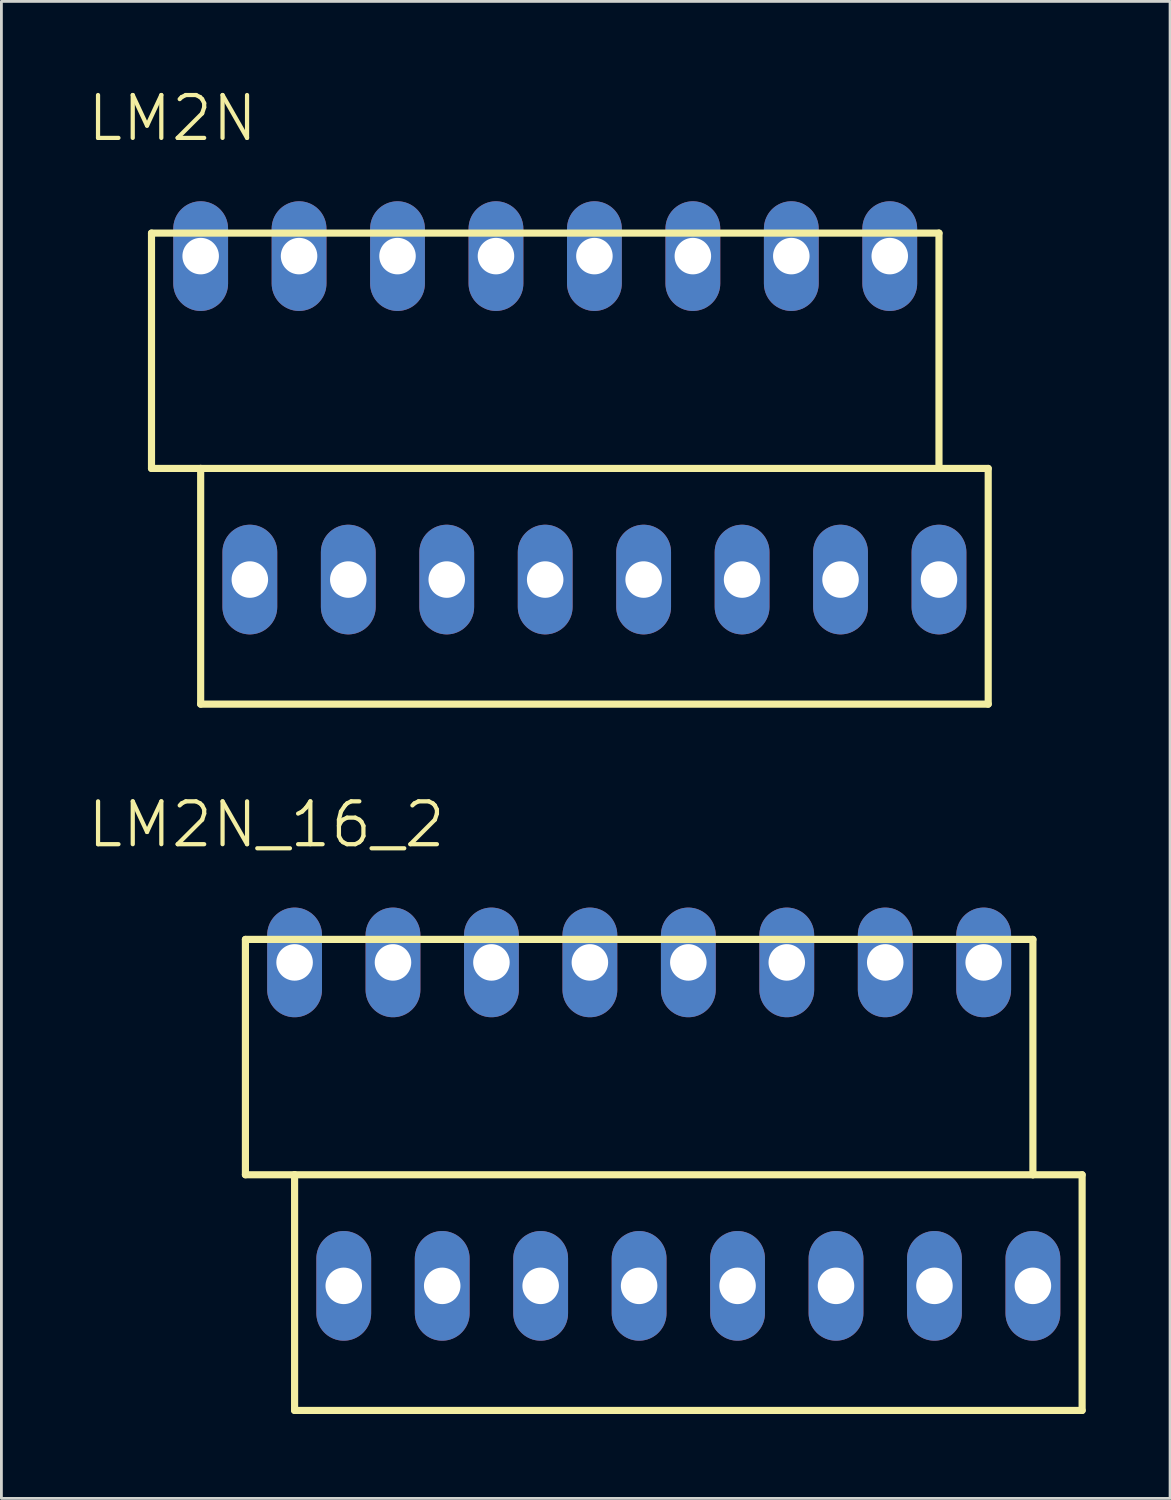
<source format=kicad_pcb>
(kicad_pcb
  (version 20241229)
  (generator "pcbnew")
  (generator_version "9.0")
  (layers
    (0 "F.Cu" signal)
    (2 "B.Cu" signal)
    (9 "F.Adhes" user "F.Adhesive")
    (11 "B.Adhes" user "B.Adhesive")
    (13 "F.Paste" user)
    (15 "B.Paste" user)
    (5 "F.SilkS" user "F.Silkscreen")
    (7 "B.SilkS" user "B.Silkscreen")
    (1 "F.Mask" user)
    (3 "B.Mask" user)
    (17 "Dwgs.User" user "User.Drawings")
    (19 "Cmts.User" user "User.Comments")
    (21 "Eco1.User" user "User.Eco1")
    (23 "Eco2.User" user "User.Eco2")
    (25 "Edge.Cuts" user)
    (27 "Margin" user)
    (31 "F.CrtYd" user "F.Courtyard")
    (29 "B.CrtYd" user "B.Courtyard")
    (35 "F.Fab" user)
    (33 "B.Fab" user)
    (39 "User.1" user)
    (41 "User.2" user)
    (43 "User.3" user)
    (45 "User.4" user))
  (footprint "LM2N_16_2"
    (layer "F.Cu")
    (at 7.423 31.165)
    (property "Reference" "LM2N_16_2" (at -1 -4.9 0) (layer "F.SilkS") (effects (font (size 1.524 1.524) (thickness 0.15))))
    (attr exclude_from_pos_files exclude_from_bom)
    (fp_line (start -1.748 -0.818) (end 26.248 -0.818) (stroke (width 0.254) (type solid)) (layer "F.SilkS"))
    (fp_line (start -1.748 7.549) (end -1.748 -0.818) (stroke (width 0.254) (type solid)) (layer "F.SilkS"))
    (fp_line (start 0 7.549) (end -1.748 7.549) (stroke (width 0.254) (type solid)) (layer "F.SilkS"))
    (fp_line (start 0 15.928) (end 0 7.549) (stroke (width 0.254) (type solid)) (layer "F.SilkS"))
    (fp_line (start 26.248 -0.818) (end 26.248 7.549) (stroke (width 0.254) (type solid)) (layer "F.SilkS"))
    (fp_line (start 26.248 7.549) (end 0 7.549) (stroke (width 0.254) (type solid)) (layer "F.SilkS"))
    (fp_line (start 26.248 7.549) (end 27.998 7.549) (stroke (width 0.254) (type solid)) (layer "F.SilkS"))
    (fp_line (start 27.998 7.549) (end 27.998 15.928) (stroke (width 0.254) (type solid)) (layer "F.SilkS"))
    (fp_line (start 27.998 15.928) (end 0 15.928) (stroke (width 0.254) (type solid)) (layer "F.SilkS"))
    (pad "1" thru_hole oval (at 0 0 180) (size 1.948 3.899) (drill 1.298) (layers "*.Cu" "*.Paste" "*.Mask"))
    (pad "2" thru_hole oval (at 1.748 11.499 180) (size 1.948 3.899) (drill 1.298) (layers "*.Cu" "*.Paste" "*.Mask"))
    (pad "3" thru_hole oval (at 3.498 0 180) (size 1.948 3.899) (drill 1.298) (layers "*.Cu" "*.Paste" "*.Mask"))
    (pad "4" thru_hole oval (at 5.248 11.499 180) (size 1.948 3.899) (drill 1.298) (layers "*.Cu" "*.Paste" "*.Mask"))
    (pad "5" thru_hole oval (at 6.998 0 180) (size 1.948 3.899) (drill 1.298) (layers "*.Cu" "*.Paste" "*.Mask"))
    (pad "6" thru_hole oval (at 8.748 11.499 180) (size 1.948 3.899) (drill 1.298) (layers "*.Cu" "*.Paste" "*.Mask"))
    (pad "7" thru_hole oval (at 10.498 0 180) (size 1.948 3.899) (drill 1.298) (layers "*.Cu" "*.Paste" "*.Mask"))
    (pad "8" thru_hole oval (at 12.248 11.499 180) (size 1.948 3.899) (drill 1.298) (layers "*.Cu" "*.Paste" "*.Mask"))
    (pad "9" thru_hole oval (at 13.998 0 180) (size 1.948 3.899) (drill 1.298) (layers "*.Cu" "*.Paste" "*.Mask"))
    (pad "10" thru_hole oval (at 15.748 11.499 180) (size 1.948 3.899) (drill 1.298) (layers "*.Cu" "*.Paste" "*.Mask"))
    (pad "11" thru_hole oval (at 17.498 0 180) (size 1.948 3.899) (drill 1.298) (layers "*.Cu" "*.Paste" "*.Mask"))
    (pad "12" thru_hole oval (at 19.248 11.499 180) (size 1.948 3.899) (drill 1.298) (layers "*.Cu" "*.Paste" "*.Mask"))
    (pad "13" thru_hole oval (at 20.998 0 180) (size 1.948 3.899) (drill 1.298) (layers "*.Cu" "*.Paste" "*.Mask"))
    (pad "14" thru_hole oval (at 22.748 11.499 180) (size 1.948 3.899) (drill 1.298) (layers "*.Cu" "*.Paste" "*.Mask"))
    (pad "15" thru_hole oval (at 24.498 0 180) (size 1.948 3.899) (drill 1.298) (layers "*.Cu" "*.Paste" "*.Mask"))
    (pad "16" thru_hole oval (at 26.248 11.499 180) (size 1.948 3.899) (drill 1.298) (layers "*.Cu" "*.Paste" "*.Mask")))
  (footprint "LM2N"
    (layer "F.Cu")
    (at 4.084 6.055)
    (property "Reference" "LM2N" (at -1 -4.9 0) (layer "F.SilkS") (effects (font (size 1.524 1.524) (thickness 0.15))))
    (attr exclude_from_pos_files exclude_from_bom)
    (fp_line (start -1.748 -0.818) (end 26.248 -0.818) (stroke (width 0.254) (type solid)) (layer "F.SilkS"))
    (fp_line (start -1.748 7.549) (end -1.748 -0.818) (stroke (width 0.254) (type solid)) (layer "F.SilkS"))
    (fp_line (start 0 7.549) (end -1.748 7.549) (stroke (width 0.254) (type solid)) (layer "F.SilkS"))
    (fp_line (start 0 15.928) (end 0 7.549) (stroke (width 0.254) (type solid)) (layer "F.SilkS"))
    (fp_line (start 26.248 -0.818) (end 26.248 7.549) (stroke (width 0.254) (type solid)) (layer "F.SilkS"))
    (fp_line (start 26.248 7.549) (end 0 7.549) (stroke (width 0.254) (type solid)) (layer "F.SilkS"))
    (fp_line (start 26.248 7.549) (end 27.998 7.549) (stroke (width 0.254) (type solid)) (layer "F.SilkS"))
    (fp_line (start 27.998 7.549) (end 27.998 15.928) (stroke (width 0.254) (type solid)) (layer "F.SilkS"))
    (fp_line (start 27.998 15.928) (end 0 15.928) (stroke (width 0.254) (type solid)) (layer "F.SilkS"))
    (pad "1" thru_hole oval (at 0 0 180) (size 1.948 3.899) (drill 1.298) (layers "*.Cu" "*.Paste" "*.Mask"))
    (pad "2" thru_hole oval (at 1.748 11.499 180) (size 1.948 3.899) (drill 1.298) (layers "*.Cu" "*.Paste" "*.Mask"))
    (pad "3" thru_hole oval (at 3.498 0 180) (size 1.948 3.899) (drill 1.298) (layers "*.Cu" "*.Paste" "*.Mask"))
    (pad "4" thru_hole oval (at 5.248 11.499 180) (size 1.948 3.899) (drill 1.298) (layers "*.Cu" "*.Paste" "*.Mask"))
    (pad "5" thru_hole oval (at 6.998 0 180) (size 1.948 3.899) (drill 1.298) (layers "*.Cu" "*.Paste" "*.Mask"))
    (pad "6" thru_hole oval (at 8.748 11.499 180) (size 1.948 3.899) (drill 1.298) (layers "*.Cu" "*.Paste" "*.Mask"))
    (pad "7" thru_hole oval (at 10.498 0 180) (size 1.948 3.899) (drill 1.298) (layers "*.Cu" "*.Paste" "*.Mask"))
    (pad "8" thru_hole oval (at 12.248 11.499 180) (size 1.948 3.899) (drill 1.298) (layers "*.Cu" "*.Paste" "*.Mask"))
    (pad "9" thru_hole oval (at 13.998 0 180) (size 1.948 3.899) (drill 1.298) (layers "*.Cu" "*.Paste" "*.Mask"))
    (pad "10" thru_hole oval (at 15.748 11.499 180) (size 1.948 3.899) (drill 1.298) (layers "*.Cu" "*.Paste" "*.Mask"))
    (pad "11" thru_hole oval (at 17.498 0 180) (size 1.948 3.899) (drill 1.298) (layers "*.Cu" "*.Paste" "*.Mask"))
    (pad "12" thru_hole oval (at 19.248 11.499 180) (size 1.948 3.899) (drill 1.298) (layers "*.Cu" "*.Paste" "*.Mask"))
    (pad "13" thru_hole oval (at 20.998 0 180) (size 1.948 3.899) (drill 1.298) (layers "*.Cu" "*.Paste" "*.Mask"))
    (pad "14" thru_hole oval (at 22.748 11.499 180) (size 1.948 3.899) (drill 1.298) (layers "*.Cu" "*.Paste" "*.Mask"))
    (pad "15" thru_hole oval (at 24.498 0 180) (size 1.948 3.899) (drill 1.298) (layers "*.Cu" "*.Paste" "*.Mask"))
    (pad "16" thru_hole oval (at 26.248 11.499 180) (size 1.948 3.899) (drill 1.298) (layers "*.Cu" "*.Paste" "*.Mask")))
  (gr_rect
    (start -3 -3)
    (end 38.548 50.22)
    (stroke (width 0.1) (type default))
    (fill no)
    (layer "Edge.Cuts")))
</source>
